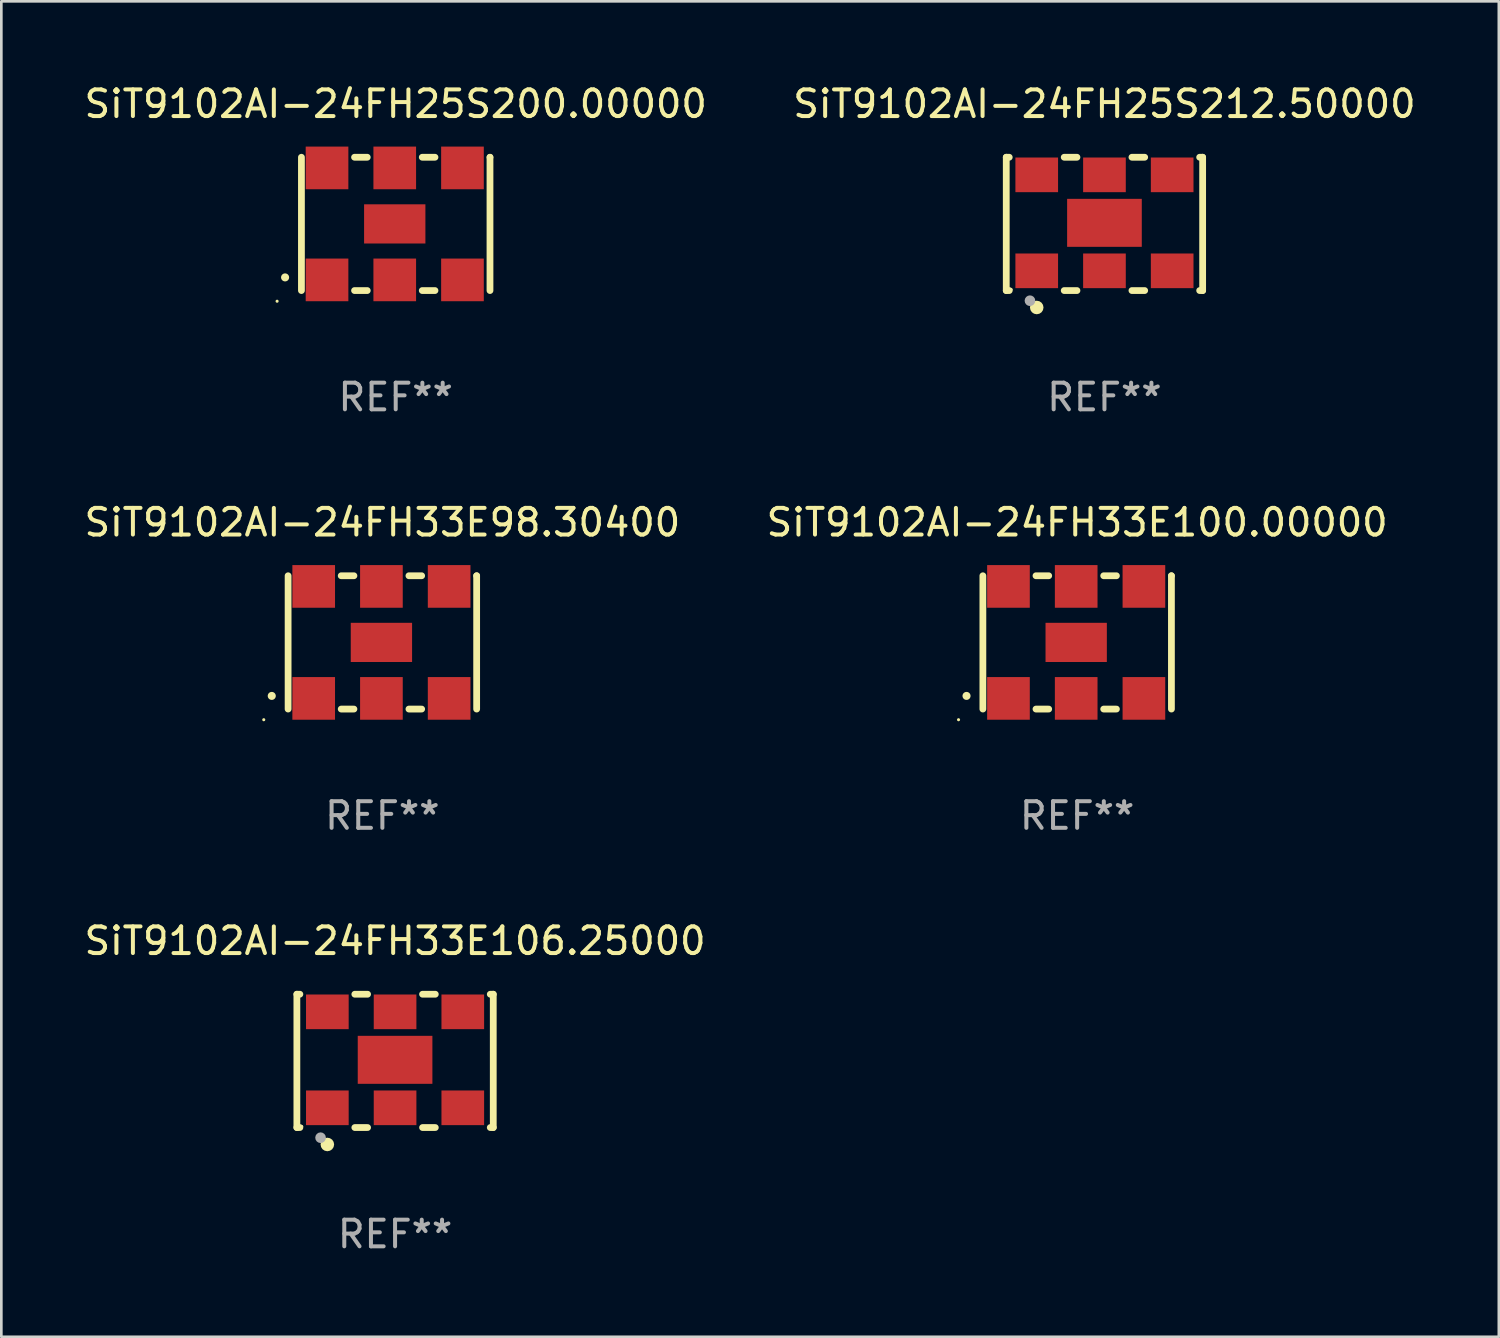
<source format=kicad_pcb>
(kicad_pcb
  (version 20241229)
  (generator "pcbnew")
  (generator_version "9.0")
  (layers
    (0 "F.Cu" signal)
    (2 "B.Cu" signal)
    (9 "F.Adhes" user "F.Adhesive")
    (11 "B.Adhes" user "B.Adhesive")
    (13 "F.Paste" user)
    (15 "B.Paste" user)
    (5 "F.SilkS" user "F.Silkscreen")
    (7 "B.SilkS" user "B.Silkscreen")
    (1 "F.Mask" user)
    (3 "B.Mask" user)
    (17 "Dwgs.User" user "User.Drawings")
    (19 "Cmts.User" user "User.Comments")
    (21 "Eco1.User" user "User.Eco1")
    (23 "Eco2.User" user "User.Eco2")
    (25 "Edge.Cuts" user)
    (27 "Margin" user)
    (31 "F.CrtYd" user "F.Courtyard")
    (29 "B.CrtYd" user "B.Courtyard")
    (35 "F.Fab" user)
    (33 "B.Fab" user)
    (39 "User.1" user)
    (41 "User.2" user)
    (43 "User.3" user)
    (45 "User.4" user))
  (footprint "SiT9102AI-24FH33E100.00000"
    (layer "F.Cu")
    (at 37.351 21.045)
    (property "Reference" "SiT9102AI-24FH33E100.00000" (at 0 -4.5 0) (layer "F.SilkS") (effects (font (size 1 1) (thickness 0.15))))
    (attr through_hole)
    (fp_line (start -3.536 -2.5) (end -3.536 2.5) (stroke (width 0.254) (type solid)) (layer "F.SilkS"))
    (fp_line (start -1.544 2.5) (end -1.067 2.5) (stroke (width 0.254) (type solid)) (layer "F.SilkS"))
    (fp_line (start -1.067 -2.5) (end -1.544 -2.5) (stroke (width 0.254) (type solid)) (layer "F.SilkS"))
    (fp_line (start 0.996 2.5) (end 1.473 2.5) (stroke (width 0.254) (type solid)) (layer "F.SilkS"))
    (fp_line (start 1.473 -2.5) (end 0.996 -2.5) (stroke (width 0.254) (type solid)) (layer "F.SilkS"))
    (fp_line (start 3.536 -2.5) (end 3.536 -2.5) (stroke (width 0.254) (type solid)) (layer "F.SilkS"))
    (fp_line (start 3.536 2.5) (end 3.536 -2.5) (stroke (width 0.254) (type solid)) (layer "F.SilkS"))
    (fp_arc (start -4.150432 2.006604) (mid -4.149162 2.006599) (end -4.147892 2.006604) (stroke (width 0.3) (type solid)) (layer "F.SilkS"))
    (fp_circle (center -4.449 2.9) (end -4.419 2.9) (stroke (width 0.06) (type solid)) (fill no) (layer "F.SilkS"))
    (fp_text user "REF**" (at 0 6.5 0) (layer "F.Fab") (effects (font (size 1 1) (thickness 0.15))))
    (pad "1" smd rect (at -2.576 2.1) (size 1.6 1.6) (layers "F.Cu" "F.Mask" "F.Paste"))
    (pad "2" smd rect (at -0.036 2.1) (size 1.6 1.6) (layers "F.Cu" "F.Mask" "F.Paste"))
    (pad "3" smd rect (at 2.504 2.1) (size 1.6 1.6) (layers "F.Cu" "F.Mask" "F.Paste"))
    (pad "4" smd rect (at 2.504 -2.1) (size 1.6 1.6) (layers "F.Cu" "F.Mask" "F.Paste"))
    (pad "5" smd rect (at -0.036 -2.1) (size 1.6 1.6) (layers "F.Cu" "F.Mask" "F.Paste"))
    (pad "6" smd rect (at -2.576 -2.1) (size 1.6 1.6) (layers "F.Cu" "F.Mask" "F.Paste"))
    (pad "7" smd rect (at -0.036 0) (size 2.3 1.47) (layers "F.Cu" "F.Mask" "F.Paste")))
  (footprint "SiT9102AI-24FH33E98.30400"
    (layer "F.Cu")
    (at 11.292 21.045)
    (property "Reference" "SiT9102AI-24FH33E98.30400" (at 0 -4.5 0) (layer "F.SilkS") (effects (font (size 1 1) (thickness 0.15))))
    (attr through_hole)
    (fp_line (start -3.536 -2.5) (end -3.536 2.5) (stroke (width 0.254) (type solid)) (layer "F.SilkS"))
    (fp_line (start -1.544 2.5) (end -1.067 2.5) (stroke (width 0.254) (type solid)) (layer "F.SilkS"))
    (fp_line (start -1.067 -2.5) (end -1.544 -2.5) (stroke (width 0.254) (type solid)) (layer "F.SilkS"))
    (fp_line (start 0.996 2.5) (end 1.473 2.5) (stroke (width 0.254) (type solid)) (layer "F.SilkS"))
    (fp_line (start 1.473 -2.5) (end 0.996 -2.5) (stroke (width 0.254) (type solid)) (layer "F.SilkS"))
    (fp_line (start 3.536 -2.5) (end 3.536 -2.5) (stroke (width 0.254) (type solid)) (layer "F.SilkS"))
    (fp_line (start 3.536 2.5) (end 3.536 -2.5) (stroke (width 0.254) (type solid)) (layer "F.SilkS"))
    (fp_arc (start -4.150432 2.006604) (mid -4.149162 2.006599) (end -4.147892 2.006604) (stroke (width 0.3) (type solid)) (layer "F.SilkS"))
    (fp_circle (center -4.449 2.9) (end -4.419 2.9) (stroke (width 0.06) (type solid)) (fill no) (layer "F.SilkS"))
    (fp_text user "REF**" (at 0 6.5 0) (layer "F.Fab") (effects (font (size 1 1) (thickness 0.15))))
    (pad "1" smd rect (at -2.576 2.1) (size 1.6 1.6) (layers "F.Cu" "F.Mask" "F.Paste"))
    (pad "2" smd rect (at -0.036 2.1) (size 1.6 1.6) (layers "F.Cu" "F.Mask" "F.Paste"))
    (pad "3" smd rect (at 2.504 2.1) (size 1.6 1.6) (layers "F.Cu" "F.Mask" "F.Paste"))
    (pad "4" smd rect (at 2.504 -2.1) (size 1.6 1.6) (layers "F.Cu" "F.Mask" "F.Paste"))
    (pad "5" smd rect (at -0.036 -2.1) (size 1.6 1.6) (layers "F.Cu" "F.Mask" "F.Paste"))
    (pad "6" smd rect (at -2.576 -2.1) (size 1.6 1.6) (layers "F.Cu" "F.Mask" "F.Paste"))
    (pad "7" smd rect (at -0.036 0) (size 2.3 1.47) (layers "F.Cu" "F.Mask" "F.Paste")))
  (footprint "SiT9102AI-24FH33E106.25000"
    (layer "F.Cu")
    (at 11.768 36.741)
    (property "Reference" "SiT9102AI-24FH33E106.25000" (at 0 -4.5 0) (layer "F.SilkS") (effects (font (size 1 1) (thickness 0.15))))
    (attr through_hole)
    (fp_line (start -3.683 -2.5) (end -3.571 -2.5) (stroke (width 0.254) (type solid)) (layer "F.SilkS"))
    (fp_line (start -3.683 2.5) (end -3.683 -2.5) (stroke (width 0.254) (type solid)) (layer "F.SilkS"))
    (fp_line (start -3.683 2.5) (end -3.571 2.5) (stroke (width 0.254) (type solid)) (layer "F.SilkS"))
    (fp_line (start -1.509 -2.5) (end -1.031 -2.5) (stroke (width 0.254) (type solid)) (layer "F.SilkS"))
    (fp_line (start -1.509 2.5) (end -1.031 2.5) (stroke (width 0.254) (type solid)) (layer "F.SilkS"))
    (fp_line (start 1.031 -2.5) (end 1.509 -2.5) (stroke (width 0.254) (type solid)) (layer "F.SilkS"))
    (fp_line (start 1.031 2.5) (end 1.509 2.5) (stroke (width 0.254) (type solid)) (layer "F.SilkS"))
    (fp_line (start 3.571 -2.5) (end 3.683 -2.5) (stroke (width 0.254) (type solid)) (layer "F.SilkS"))
    (fp_line (start 3.571 2.5) (end 3.683 2.5) (stroke (width 0.254) (type solid)) (layer "F.SilkS"))
    (fp_line (start 3.683 2.5) (end 3.683 -2.5) (stroke (width 0.254) (type solid)) (layer "F.SilkS"))
    (fp_circle (center -3.5 2.46) (end -3.47 2.46) (stroke (width 0.06) (type solid)) (fill no) (layer "F.SilkS"))
    (fp_circle (center -2.54 3.135) (end -2.413 3.135) (stroke (width 0.254) (type solid)) (fill no) (layer "F.SilkS"))
    (fp_circle (center -2.794 2.881) (end -2.694 2.881) (stroke (width 0.2) (type solid)) (fill no) (layer "F.Fab"))
    (fp_text user "REF**" (at 0 6.5 0) (layer "F.Fab") (effects (font (size 1 1) (thickness 0.15))))
    (pad "1" smd rect (at -2.54 1.76) (size 1.6 1.3) (layers "F.Cu" "F.Mask" "F.Paste"))
    (pad "2" smd rect (at 0 1.76) (size 1.6 1.3) (layers "F.Cu" "F.Mask" "F.Paste"))
    (pad "3" smd rect (at 2.54 1.76) (size 1.6 1.3) (layers "F.Cu" "F.Mask" "F.Paste"))
    (pad "4" smd rect (at 2.54 -1.84) (size 1.6 1.3) (layers "F.Cu" "F.Mask" "F.Paste"))
    (pad "5" smd rect (at 0 -1.84) (size 1.6 1.3) (layers "F.Cu" "F.Mask" "F.Paste"))
    (pad "6" smd rect (at -2.54 -1.84) (size 1.6 1.3) (layers "F.Cu" "F.Mask" "F.Paste"))
    (pad "7" smd rect (at 0 -0.04) (size 2.8 1.8) (layers "F.Cu" "F.Mask" "F.Paste")))
  (footprint "SiT9102AI-24FH25S200.00000"
    (layer "F.Cu")
    (at 11.792 5.348)
    (property "Reference" "SiT9102AI-24FH25S200.00000" (at 0 -4.5 0) (layer "F.SilkS") (effects (font (size 1 1) (thickness 0.15))))
    (attr through_hole)
    (fp_line (start -3.536 -2.5) (end -3.536 2.5) (stroke (width 0.254) (type solid)) (layer "F.SilkS"))
    (fp_line (start -1.544 2.5) (end -1.067 2.5) (stroke (width 0.254) (type solid)) (layer "F.SilkS"))
    (fp_line (start -1.067 -2.5) (end -1.544 -2.5) (stroke (width 0.254) (type solid)) (layer "F.SilkS"))
    (fp_line (start 0.996 2.5) (end 1.473 2.5) (stroke (width 0.254) (type solid)) (layer "F.SilkS"))
    (fp_line (start 1.473 -2.5) (end 0.996 -2.5) (stroke (width 0.254) (type solid)) (layer "F.SilkS"))
    (fp_line (start 3.536 -2.5) (end 3.536 -2.5) (stroke (width 0.254) (type solid)) (layer "F.SilkS"))
    (fp_line (start 3.536 2.5) (end 3.536 -2.5) (stroke (width 0.254) (type solid)) (layer "F.SilkS"))
    (fp_arc (start -4.150432 2.006604) (mid -4.149162 2.006599) (end -4.147892 2.006604) (stroke (width 0.3) (type solid)) (layer "F.SilkS"))
    (fp_circle (center -4.449 2.9) (end -4.419 2.9) (stroke (width 0.06) (type solid)) (fill no) (layer "F.SilkS"))
    (fp_text user "REF**" (at 0 6.5 0) (layer "F.Fab") (effects (font (size 1 1) (thickness 0.15))))
    (pad "1" smd rect (at -2.576 2.1) (size 1.6 1.6) (layers "F.Cu" "F.Mask" "F.Paste"))
    (pad "2" smd rect (at -0.036 2.1) (size 1.6 1.6) (layers "F.Cu" "F.Mask" "F.Paste"))
    (pad "3" smd rect (at 2.504 2.1) (size 1.6 1.6) (layers "F.Cu" "F.Mask" "F.Paste"))
    (pad "4" smd rect (at 2.504 -2.1) (size 1.6 1.6) (layers "F.Cu" "F.Mask" "F.Paste"))
    (pad "5" smd rect (at -0.036 -2.1) (size 1.6 1.6) (layers "F.Cu" "F.Mask" "F.Paste"))
    (pad "6" smd rect (at -2.576 -2.1) (size 1.6 1.6) (layers "F.Cu" "F.Mask" "F.Paste"))
    (pad "7" smd rect (at -0.036 0) (size 2.3 1.47) (layers "F.Cu" "F.Mask" "F.Paste")))
  (footprint "SiT9102AI-24FH25S212.50000"
    (layer "F.Cu")
    (at 38.375 5.348)
    (property "Reference" "SiT9102AI-24FH25S212.50000" (at 0 -4.5 0) (layer "F.SilkS") (effects (font (size 1 1) (thickness 0.15))))
    (attr through_hole)
    (fp_line (start -3.683 -2.5) (end -3.571 -2.5) (stroke (width 0.254) (type solid)) (layer "F.SilkS"))
    (fp_line (start -3.683 2.5) (end -3.683 -2.5) (stroke (width 0.254) (type solid)) (layer "F.SilkS"))
    (fp_line (start -3.683 2.5) (end -3.571 2.5) (stroke (width 0.254) (type solid)) (layer "F.SilkS"))
    (fp_line (start -1.509 -2.5) (end -1.031 -2.5) (stroke (width 0.254) (type solid)) (layer "F.SilkS"))
    (fp_line (start -1.509 2.5) (end -1.031 2.5) (stroke (width 0.254) (type solid)) (layer "F.SilkS"))
    (fp_line (start 1.031 -2.5) (end 1.509 -2.5) (stroke (width 0.254) (type solid)) (layer "F.SilkS"))
    (fp_line (start 1.031 2.5) (end 1.509 2.5) (stroke (width 0.254) (type solid)) (layer "F.SilkS"))
    (fp_line (start 3.571 -2.5) (end 3.683 -2.5) (stroke (width 0.254) (type solid)) (layer "F.SilkS"))
    (fp_line (start 3.571 2.5) (end 3.683 2.5) (stroke (width 0.254) (type solid)) (layer "F.SilkS"))
    (fp_line (start 3.683 2.5) (end 3.683 -2.5) (stroke (width 0.254) (type solid)) (layer "F.SilkS"))
    (fp_circle (center -3.5 2.46) (end -3.47 2.46) (stroke (width 0.06) (type solid)) (fill no) (layer "F.SilkS"))
    (fp_circle (center -2.54 3.135) (end -2.413 3.135) (stroke (width 0.254) (type solid)) (fill no) (layer "F.SilkS"))
    (fp_circle (center -2.794 2.881) (end -2.694 2.881) (stroke (width 0.2) (type solid)) (fill no) (layer "F.Fab"))
    (fp_text user "REF**" (at 0 6.5 0) (layer "F.Fab") (effects (font (size 1 1) (thickness 0.15))))
    (pad "1" smd rect (at -2.54 1.76) (size 1.6 1.3) (layers "F.Cu" "F.Mask" "F.Paste"))
    (pad "2" smd rect (at 0 1.76) (size 1.6 1.3) (layers "F.Cu" "F.Mask" "F.Paste"))
    (pad "3" smd rect (at 2.54 1.76) (size 1.6 1.3) (layers "F.Cu" "F.Mask" "F.Paste"))
    (pad "4" smd rect (at 2.54 -1.84) (size 1.6 1.3) (layers "F.Cu" "F.Mask" "F.Paste"))
    (pad "5" smd rect (at 0 -1.84) (size 1.6 1.3) (layers "F.Cu" "F.Mask" "F.Paste"))
    (pad "6" smd rect (at -2.54 -1.84) (size 1.6 1.3) (layers "F.Cu" "F.Mask" "F.Paste"))
    (pad "7" smd rect (at 0 -0.04) (size 2.8 1.8) (layers "F.Cu" "F.Mask" "F.Paste")))
  (gr_rect
    (start -3 -3)
    (end 53.167 47.09)
    (stroke (width 0.1) (type default))
    (fill no)
    (layer "Edge.Cuts")))
</source>
